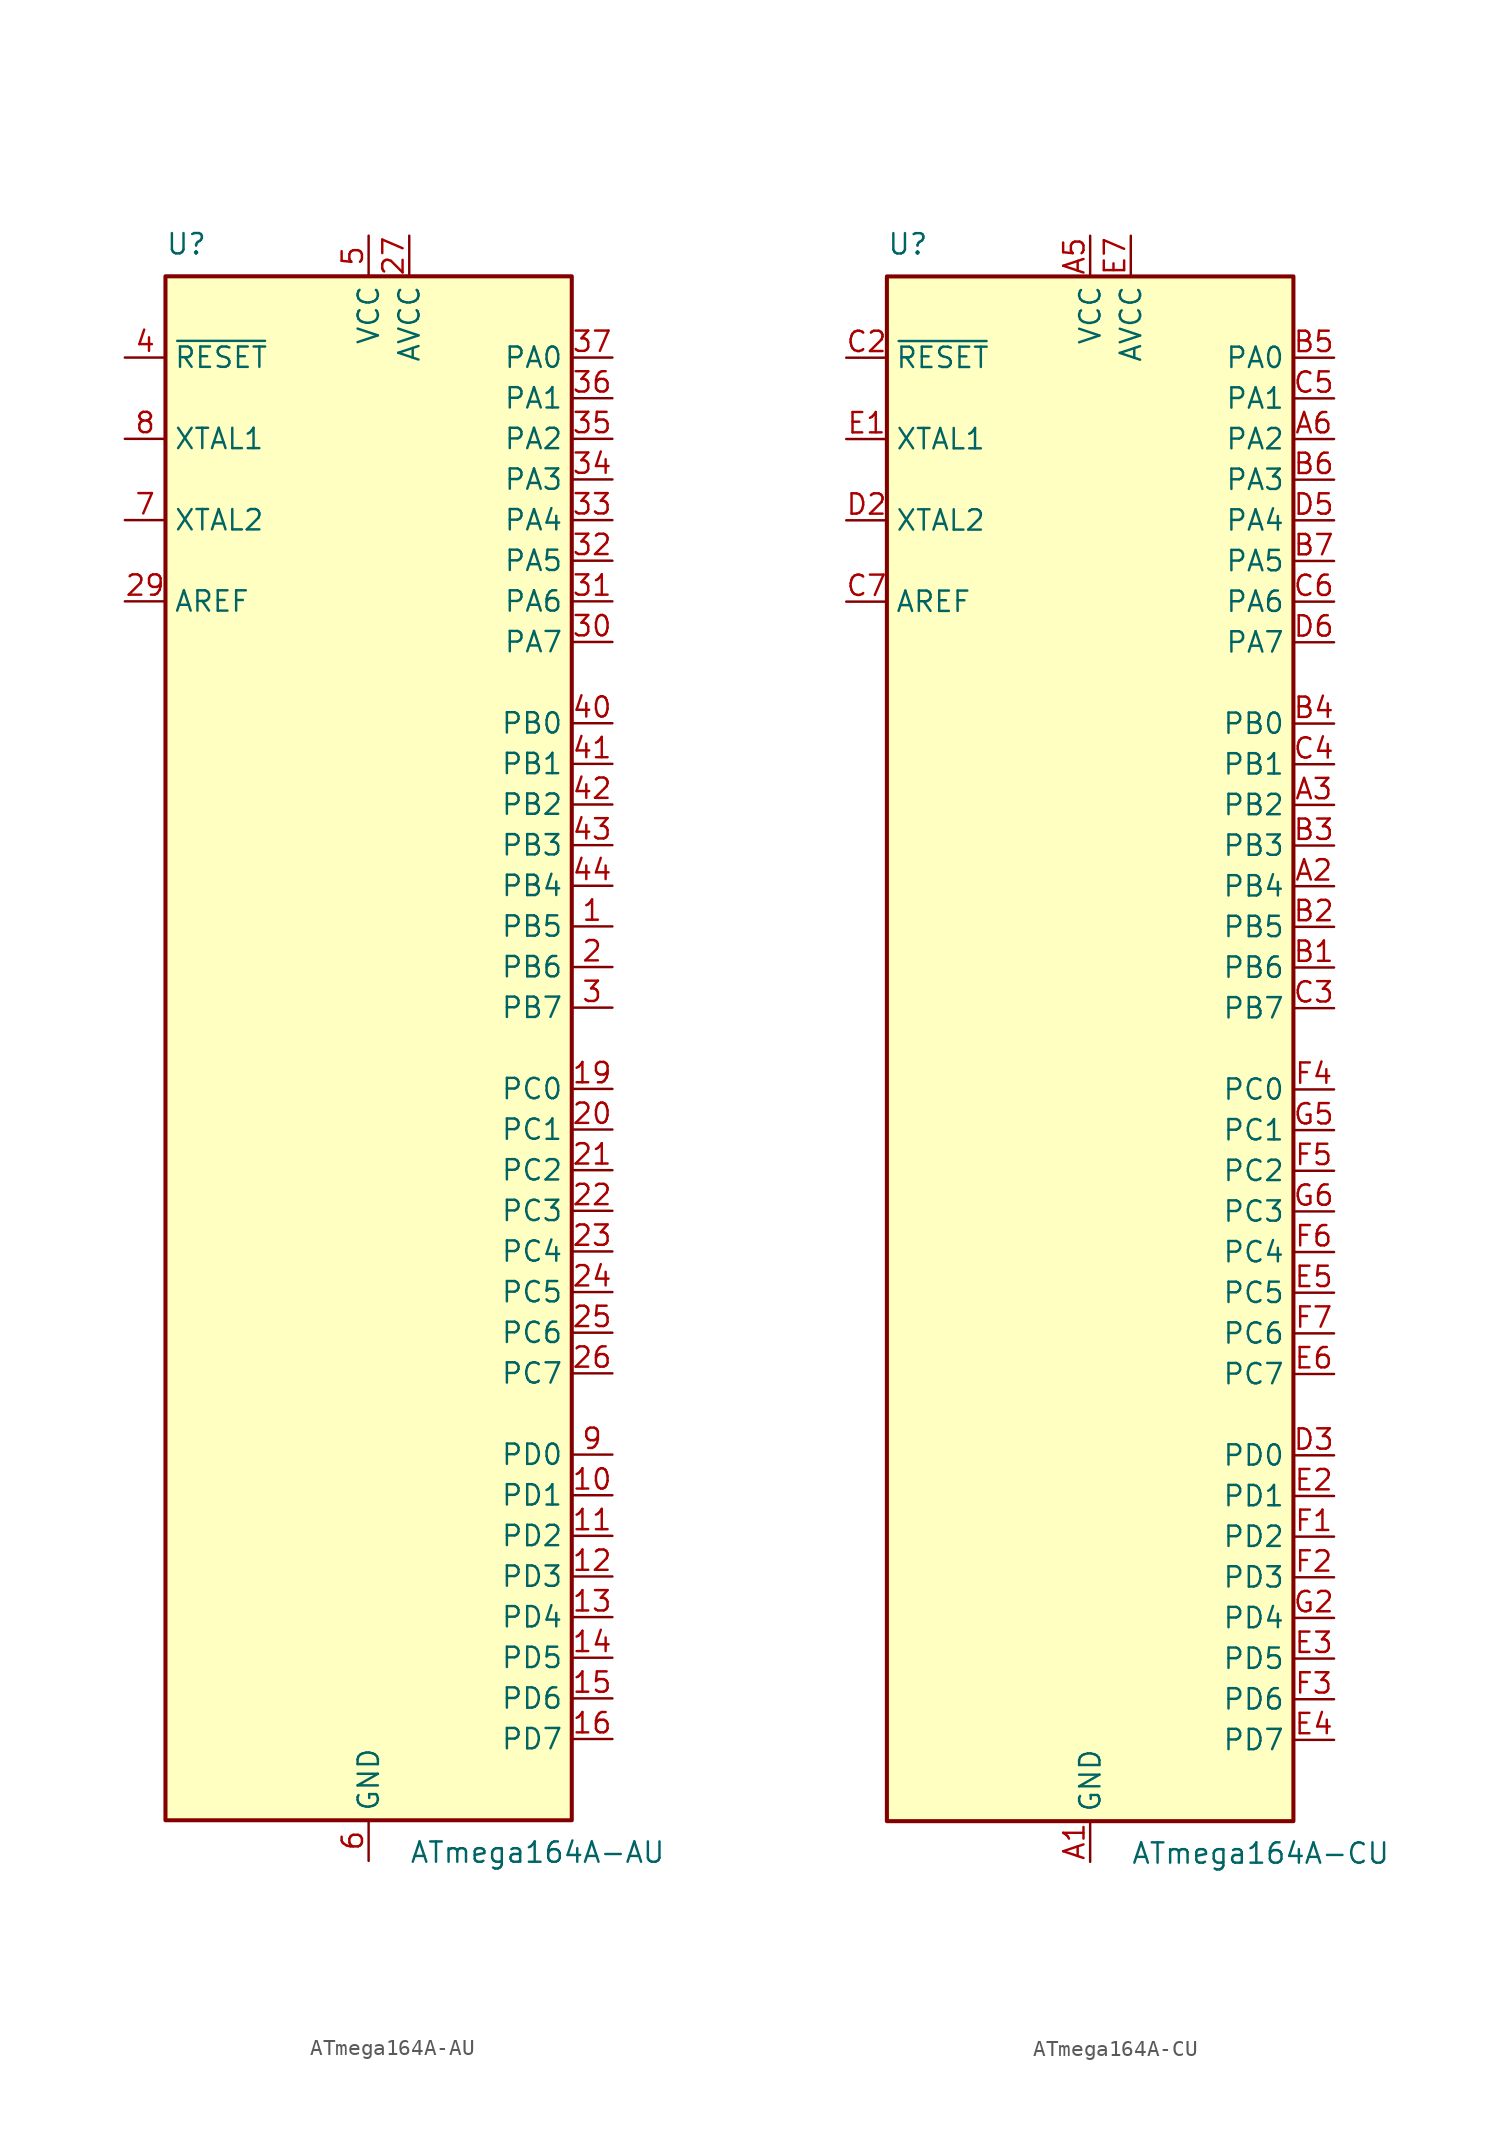
<source format=kicad_sym>
(kicad_symbol_lib
  (version 20201005)
  (generator kicad_symbol_editor)
  (symbol "ATmega164A-AU"
    (property "Reference" "U"
      (at -12.7 49.53 0)
      (effects (font (size 1.27 1.27)) (justify left bottom)))
    (property "Value" "ATmega164A-AU"
      (at 2.54 -49.53 0)
      (effects (font (size 1.27 1.27)) (justify left top)))
    (symbol "ATmega164A-AU_0_1"
      (rectangle (start -12.7 -48.26) (end 12.7 48.26) (stroke (width 0.254)) (fill (type background))))
    (symbol "ATmega164A-AU_1_1"
      (pin tri_state line (at 15.24 7.62 180) (length 2.54) (name "PB5" (effects (font (size 1.27 1.27)))) (number "1" (effects (font (size 1.27 1.27)))))
      (pin tri_state line (at 15.24 -27.94 180) (length 2.54) (name "PD1" (effects (font (size 1.27 1.27)))) (number "10" (effects (font (size 1.27 1.27)))))
      (pin tri_state line (at 15.24 -30.48 180) (length 2.54) (name "PD2" (effects (font (size 1.27 1.27)))) (number "11" (effects (font (size 1.27 1.27)))))
      (pin tri_state line (at 15.24 -33.02 180) (length 2.54) (name "PD3" (effects (font (size 1.27 1.27)))) (number "12" (effects (font (size 1.27 1.27)))))
      (pin tri_state line (at 15.24 -35.56 180) (length 2.54) (name "PD4" (effects (font (size 1.27 1.27)))) (number "13" (effects (font (size 1.27 1.27)))))
      (pin tri_state line (at 15.24 -38.1 180) (length 2.54) (name "PD5" (effects (font (size 1.27 1.27)))) (number "14" (effects (font (size 1.27 1.27)))))
      (pin tri_state line (at 15.24 -40.64 180) (length 2.54) (name "PD6" (effects (font (size 1.27 1.27)))) (number "15" (effects (font (size 1.27 1.27)))))
      (pin tri_state line (at 15.24 -43.18 180) (length 2.54) (name "PD7" (effects (font (size 1.27 1.27)))) (number "16" (effects (font (size 1.27 1.27)))))
      (pin passive line (at 0 50.8 270) (length 2.54) hide (name "VCC" (effects (font (size 1.27 1.27)))) (number "17" (effects (font (size 1.27 1.27)))))
      (pin passive line (at 0 -50.8 90) (length 2.54) hide (name "GND" (effects (font (size 1.27 1.27)))) (number "18" (effects (font (size 1.27 1.27)))))
      (pin tri_state line (at 15.24 -2.54 180) (length 2.54) (name "PC0" (effects (font (size 1.27 1.27)))) (number "19" (effects (font (size 1.27 1.27)))))
      (pin tri_state line (at 15.24 5.08 180) (length 2.54) (name "PB6" (effects (font (size 1.27 1.27)))) (number "2" (effects (font (size 1.27 1.27)))))
      (pin tri_state line (at 15.24 -5.08 180) (length 2.54) (name "PC1" (effects (font (size 1.27 1.27)))) (number "20" (effects (font (size 1.27 1.27)))))
      (pin tri_state line (at 15.24 -7.62 180) (length 2.54) (name "PC2" (effects (font (size 1.27 1.27)))) (number "21" (effects (font (size 1.27 1.27)))))
      (pin tri_state line (at 15.24 -10.16 180) (length 2.54) (name "PC3" (effects (font (size 1.27 1.27)))) (number "22" (effects (font (size 1.27 1.27)))))
      (pin tri_state line (at 15.24 -12.7 180) (length 2.54) (name "PC4" (effects (font (size 1.27 1.27)))) (number "23" (effects (font (size 1.27 1.27)))))
      (pin tri_state line (at 15.24 -15.24 180) (length 2.54) (name "PC5" (effects (font (size 1.27 1.27)))) (number "24" (effects (font (size 1.27 1.27)))))
      (pin tri_state line (at 15.24 -17.78 180) (length 2.54) (name "PC6" (effects (font (size 1.27 1.27)))) (number "25" (effects (font (size 1.27 1.27)))))
      (pin tri_state line (at 15.24 -20.32 180) (length 2.54) (name "PC7" (effects (font (size 1.27 1.27)))) (number "26" (effects (font (size 1.27 1.27)))))
      (pin power_in line (at 2.54 50.8 270) (length 2.54) (name "AVCC" (effects (font (size 1.27 1.27)))) (number "27" (effects (font (size 1.27 1.27)))))
      (pin passive line (at 0 -50.8 90) (length 2.54) hide (name "GND" (effects (font (size 1.27 1.27)))) (number "28" (effects (font (size 1.27 1.27)))))
      (pin passive line (at -15.24 27.94 0) (length 2.54) (name "AREF" (effects (font (size 1.27 1.27)))) (number "29" (effects (font (size 1.27 1.27)))))
      (pin tri_state line (at 15.24 2.54 180) (length 2.54) (name "PB7" (effects (font (size 1.27 1.27)))) (number "3" (effects (font (size 1.27 1.27)))))
      (pin tri_state line (at 15.24 25.4 180) (length 2.54) (name "PA7" (effects (font (size 1.27 1.27)))) (number "30" (effects (font (size 1.27 1.27)))))
      (pin tri_state line (at 15.24 27.94 180) (length 2.54) (name "PA6" (effects (font (size 1.27 1.27)))) (number "31" (effects (font (size 1.27 1.27)))))
      (pin tri_state line (at 15.24 30.48 180) (length 2.54) (name "PA5" (effects (font (size 1.27 1.27)))) (number "32" (effects (font (size 1.27 1.27)))))
      (pin tri_state line (at 15.24 33.02 180) (length 2.54) (name "PA4" (effects (font (size 1.27 1.27)))) (number "33" (effects (font (size 1.27 1.27)))))
      (pin tri_state line (at 15.24 35.56 180) (length 2.54) (name "PA3" (effects (font (size 1.27 1.27)))) (number "34" (effects (font (size 1.27 1.27)))))
      (pin tri_state line (at 15.24 38.1 180) (length 2.54) (name "PA2" (effects (font (size 1.27 1.27)))) (number "35" (effects (font (size 1.27 1.27)))))
      (pin tri_state line (at 15.24 40.64 180) (length 2.54) (name "PA1" (effects (font (size 1.27 1.27)))) (number "36" (effects (font (size 1.27 1.27)))))
      (pin tri_state line (at 15.24 43.18 180) (length 2.54) (name "PA0" (effects (font (size 1.27 1.27)))) (number "37" (effects (font (size 1.27 1.27)))))
      (pin passive line (at 0 50.8 270) (length 2.54) hide (name "VCC" (effects (font (size 1.27 1.27)))) (number "38" (effects (font (size 1.27 1.27)))))
      (pin passive line (at 0 -50.8 90) (length 2.54) hide (name "GND" (effects (font (size 1.27 1.27)))) (number "39" (effects (font (size 1.27 1.27)))))
      (pin input line (at -15.24 43.18 0) (length 2.54) (name "~RESET" (effects (font (size 1.27 1.27)))) (number "4" (effects (font (size 1.27 1.27)))))
      (pin tri_state line (at 15.24 20.32 180) (length 2.54) (name "PB0" (effects (font (size 1.27 1.27)))) (number "40" (effects (font (size 1.27 1.27)))))
      (pin tri_state line (at 15.24 17.78 180) (length 2.54) (name "PB1" (effects (font (size 1.27 1.27)))) (number "41" (effects (font (size 1.27 1.27)))))
      (pin tri_state line (at 15.24 15.24 180) (length 2.54) (name "PB2" (effects (font (size 1.27 1.27)))) (number "42" (effects (font (size 1.27 1.27)))))
      (pin tri_state line (at 15.24 12.7 180) (length 2.54) (name "PB3" (effects (font (size 1.27 1.27)))) (number "43" (effects (font (size 1.27 1.27)))))
      (pin tri_state line (at 15.24 10.16 180) (length 2.54) (name "PB4" (effects (font (size 1.27 1.27)))) (number "44" (effects (font (size 1.27 1.27)))))
      (pin power_in line (at 0 50.8 270) (length 2.54) (name "VCC" (effects (font (size 1.27 1.27)))) (number "5" (effects (font (size 1.27 1.27)))))
      (pin power_in line (at 0 -50.8 90) (length 2.54) (name "GND" (effects (font (size 1.27 1.27)))) (number "6" (effects (font (size 1.27 1.27)))))
      (pin output line (at -15.24 33.02 0) (length 2.54) (name "XTAL2" (effects (font (size 1.27 1.27)))) (number "7" (effects (font (size 1.27 1.27)))))
      (pin input line (at -15.24 38.1 0) (length 2.54) (name "XTAL1" (effects (font (size 1.27 1.27)))) (number "8" (effects (font (size 1.27 1.27)))))
      (pin tri_state line (at 15.24 -25.4 180) (length 2.54) (name "PD0" (effects (font (size 1.27 1.27)))) (number "9" (effects (font (size 1.27 1.27)))))))
  (symbol "ATmega164A-CU"
    (property "Reference" "U"
      (at -12.7 49.53 0)
      (effects (font (size 1.27 1.27)) (justify left bottom)))
    (property "Value" "ATmega164A-CU"
      (at 2.54 -49.53 0)
      (effects (font (size 1.27 1.27)) (justify left top)))
    (symbol "ATmega164A-CU_0_1"
      (rectangle (start -12.7 -48.26) (end 12.7 48.26) (stroke (width 0.254)) (fill (type background))))
    (symbol "ATmega164A-CU_1_1"
      (pin power_in line (at 0 -50.8 90) (length 2.54) (name "GND" (effects (font (size 1.27 1.27)))) (number "A1" (effects (font (size 1.27 1.27)))))
      (pin tri_state line (at 15.24 10.16 180) (length 2.54) (name "PB4" (effects (font (size 1.27 1.27)))) (number "A2" (effects (font (size 1.27 1.27)))))
      (pin tri_state line (at 15.24 15.24 180) (length 2.54) (name "PB2" (effects (font (size 1.27 1.27)))) (number "A3" (effects (font (size 1.27 1.27)))))
      (pin passive line (at 0 -50.8 90) (length 2.54) hide (name "GND" (effects (font (size 1.27 1.27)))) (number "A4" (effects (font (size 1.27 1.27)))))
      (pin power_in line (at 0 50.8 270) (length 2.54) (name "VCC" (effects (font (size 1.27 1.27)))) (number "A5" (effects (font (size 1.27 1.27)))))
      (pin tri_state line (at 15.24 38.1 180) (length 2.54) (name "PA2" (effects (font (size 1.27 1.27)))) (number "A6" (effects (font (size 1.27 1.27)))))
      (pin passive line (at 0 -50.8 90) (length 2.54) hide (name "GND" (effects (font (size 1.27 1.27)))) (number "A7" (effects (font (size 1.27 1.27)))))
      (pin tri_state line (at 15.24 5.08 180) (length 2.54) (name "PB6" (effects (font (size 1.27 1.27)))) (number "B1" (effects (font (size 1.27 1.27)))))
      (pin tri_state line (at 15.24 7.62 180) (length 2.54) (name "PB5" (effects (font (size 1.27 1.27)))) (number "B2" (effects (font (size 1.27 1.27)))))
      (pin tri_state line (at 15.24 12.7 180) (length 2.54) (name "PB3" (effects (font (size 1.27 1.27)))) (number "B3" (effects (font (size 1.27 1.27)))))
      (pin tri_state line (at 15.24 20.32 180) (length 2.54) (name "PB0" (effects (font (size 1.27 1.27)))) (number "B4" (effects (font (size 1.27 1.27)))))
      (pin tri_state line (at 15.24 43.18 180) (length 2.54) (name "PA0" (effects (font (size 1.27 1.27)))) (number "B5" (effects (font (size 1.27 1.27)))))
      (pin tri_state line (at 15.24 35.56 180) (length 2.54) (name "PA3" (effects (font (size 1.27 1.27)))) (number "B6" (effects (font (size 1.27 1.27)))))
      (pin tri_state line (at 15.24 30.48 180) (length 2.54) (name "PA5" (effects (font (size 1.27 1.27)))) (number "B7" (effects (font (size 1.27 1.27)))))
      (pin passive line (at 0 50.8 270) (length 2.54) hide (name "VCC" (effects (font (size 1.27 1.27)))) (number "C1" (effects (font (size 1.27 1.27)))))
      (pin input line (at -15.24 43.18 0) (length 2.54) (name "~RESET" (effects (font (size 1.27 1.27)))) (number "C2" (effects (font (size 1.27 1.27)))))
      (pin tri_state line (at 15.24 2.54 180) (length 2.54) (name "PB7" (effects (font (size 1.27 1.27)))) (number "C3" (effects (font (size 1.27 1.27)))))
      (pin tri_state line (at 15.24 17.78 180) (length 2.54) (name "PB1" (effects (font (size 1.27 1.27)))) (number "C4" (effects (font (size 1.27 1.27)))))
      (pin tri_state line (at 15.24 40.64 180) (length 2.54) (name "PA1" (effects (font (size 1.27 1.27)))) (number "C5" (effects (font (size 1.27 1.27)))))
      (pin tri_state line (at 15.24 27.94 180) (length 2.54) (name "PA6" (effects (font (size 1.27 1.27)))) (number "C6" (effects (font (size 1.27 1.27)))))
      (pin passive line (at -15.24 27.94 0) (length 2.54) (name "AREF" (effects (font (size 1.27 1.27)))) (number "C7" (effects (font (size 1.27 1.27)))))
      (pin passive line (at 0 -50.8 90) (length 2.54) hide (name "GND" (effects (font (size 1.27 1.27)))) (number "D1" (effects (font (size 1.27 1.27)))))
      (pin output line (at -15.24 33.02 0) (length 2.54) (name "XTAL2" (effects (font (size 1.27 1.27)))) (number "D2" (effects (font (size 1.27 1.27)))))
      (pin tri_state line (at 15.24 -25.4 180) (length 2.54) (name "PD0" (effects (font (size 1.27 1.27)))) (number "D3" (effects (font (size 1.27 1.27)))))
      (pin passive line (at 0 -50.8 90) (length 2.54) hide (name "GND" (effects (font (size 1.27 1.27)))) (number "D4" (effects (font (size 1.27 1.27)))))
      (pin tri_state line (at 15.24 33.02 180) (length 2.54) (name "PA4" (effects (font (size 1.27 1.27)))) (number "D5" (effects (font (size 1.27 1.27)))))
      (pin tri_state line (at 15.24 25.4 180) (length 2.54) (name "PA7" (effects (font (size 1.27 1.27)))) (number "D6" (effects (font (size 1.27 1.27)))))
      (pin passive line (at 0 -50.8 90) (length 2.54) hide (name "GND" (effects (font (size 1.27 1.27)))) (number "D7" (effects (font (size 1.27 1.27)))))
      (pin input line (at -15.24 38.1 0) (length 2.54) (name "XTAL1" (effects (font (size 1.27 1.27)))) (number "E1" (effects (font (size 1.27 1.27)))))
      (pin tri_state line (at 15.24 -27.94 180) (length 2.54) (name "PD1" (effects (font (size 1.27 1.27)))) (number "E2" (effects (font (size 1.27 1.27)))))
      (pin tri_state line (at 15.24 -38.1 180) (length 2.54) (name "PD5" (effects (font (size 1.27 1.27)))) (number "E3" (effects (font (size 1.27 1.27)))))
      (pin tri_state line (at 15.24 -43.18 180) (length 2.54) (name "PD7" (effects (font (size 1.27 1.27)))) (number "E4" (effects (font (size 1.27 1.27)))))
      (pin tri_state line (at 15.24 -15.24 180) (length 2.54) (name "PC5" (effects (font (size 1.27 1.27)))) (number "E5" (effects (font (size 1.27 1.27)))))
      (pin tri_state line (at 15.24 -20.32 180) (length 2.54) (name "PC7" (effects (font (size 1.27 1.27)))) (number "E6" (effects (font (size 1.27 1.27)))))
      (pin power_in line (at 2.54 50.8 270) (length 2.54) (name "AVCC" (effects (font (size 1.27 1.27)))) (number "E7" (effects (font (size 1.27 1.27)))))
      (pin tri_state line (at 15.24 -30.48 180) (length 2.54) (name "PD2" (effects (font (size 1.27 1.27)))) (number "F1" (effects (font (size 1.27 1.27)))))
      (pin tri_state line (at 15.24 -33.02 180) (length 2.54) (name "PD3" (effects (font (size 1.27 1.27)))) (number "F2" (effects (font (size 1.27 1.27)))))
      (pin tri_state line (at 15.24 -40.64 180) (length 2.54) (name "PD6" (effects (font (size 1.27 1.27)))) (number "F3" (effects (font (size 1.27 1.27)))))
      (pin tri_state line (at 15.24 -2.54 180) (length 2.54) (name "PC0" (effects (font (size 1.27 1.27)))) (number "F4" (effects (font (size 1.27 1.27)))))
      (pin tri_state line (at 15.24 -7.62 180) (length 2.54) (name "PC2" (effects (font (size 1.27 1.27)))) (number "F5" (effects (font (size 1.27 1.27)))))
      (pin tri_state line (at 15.24 -12.7 180) (length 2.54) (name "PC4" (effects (font (size 1.27 1.27)))) (number "F6" (effects (font (size 1.27 1.27)))))
      (pin tri_state line (at 15.24 -17.78 180) (length 2.54) (name "PC6" (effects (font (size 1.27 1.27)))) (number "F7" (effects (font (size 1.27 1.27)))))
      (pin passive line (at 0 -50.8 90) (length 2.54) hide (name "GND" (effects (font (size 1.27 1.27)))) (number "G1" (effects (font (size 1.27 1.27)))))
      (pin tri_state line (at 15.24 -35.56 180) (length 2.54) (name "PD4" (effects (font (size 1.27 1.27)))) (number "G2" (effects (font (size 1.27 1.27)))))
      (pin passive line (at 0 50.8 270) (length 2.54) hide (name "VCC" (effects (font (size 1.27 1.27)))) (number "G3" (effects (font (size 1.27 1.27)))))
      (pin passive line (at 0 -50.8 90) (length 2.54) hide (name "GND" (effects (font (size 1.27 1.27)))) (number "G4" (effects (font (size 1.27 1.27)))))
      (pin tri_state line (at 15.24 -5.08 180) (length 2.54) (name "PC1" (effects (font (size 1.27 1.27)))) (number "G5" (effects (font (size 1.27 1.27)))))
      (pin tri_state line (at 15.24 -10.16 180) (length 2.54) (name "PC3" (effects (font (size 1.27 1.27)))) (number "G6" (effects (font (size 1.27 1.27)))))
      (pin passive line (at 0 -50.8 90) (length 2.54) hide (name "GND" (effects (font (size 1.27 1.27)))) (number "G7" (effects (font (size 1.27 1.27))))))))
</source>
